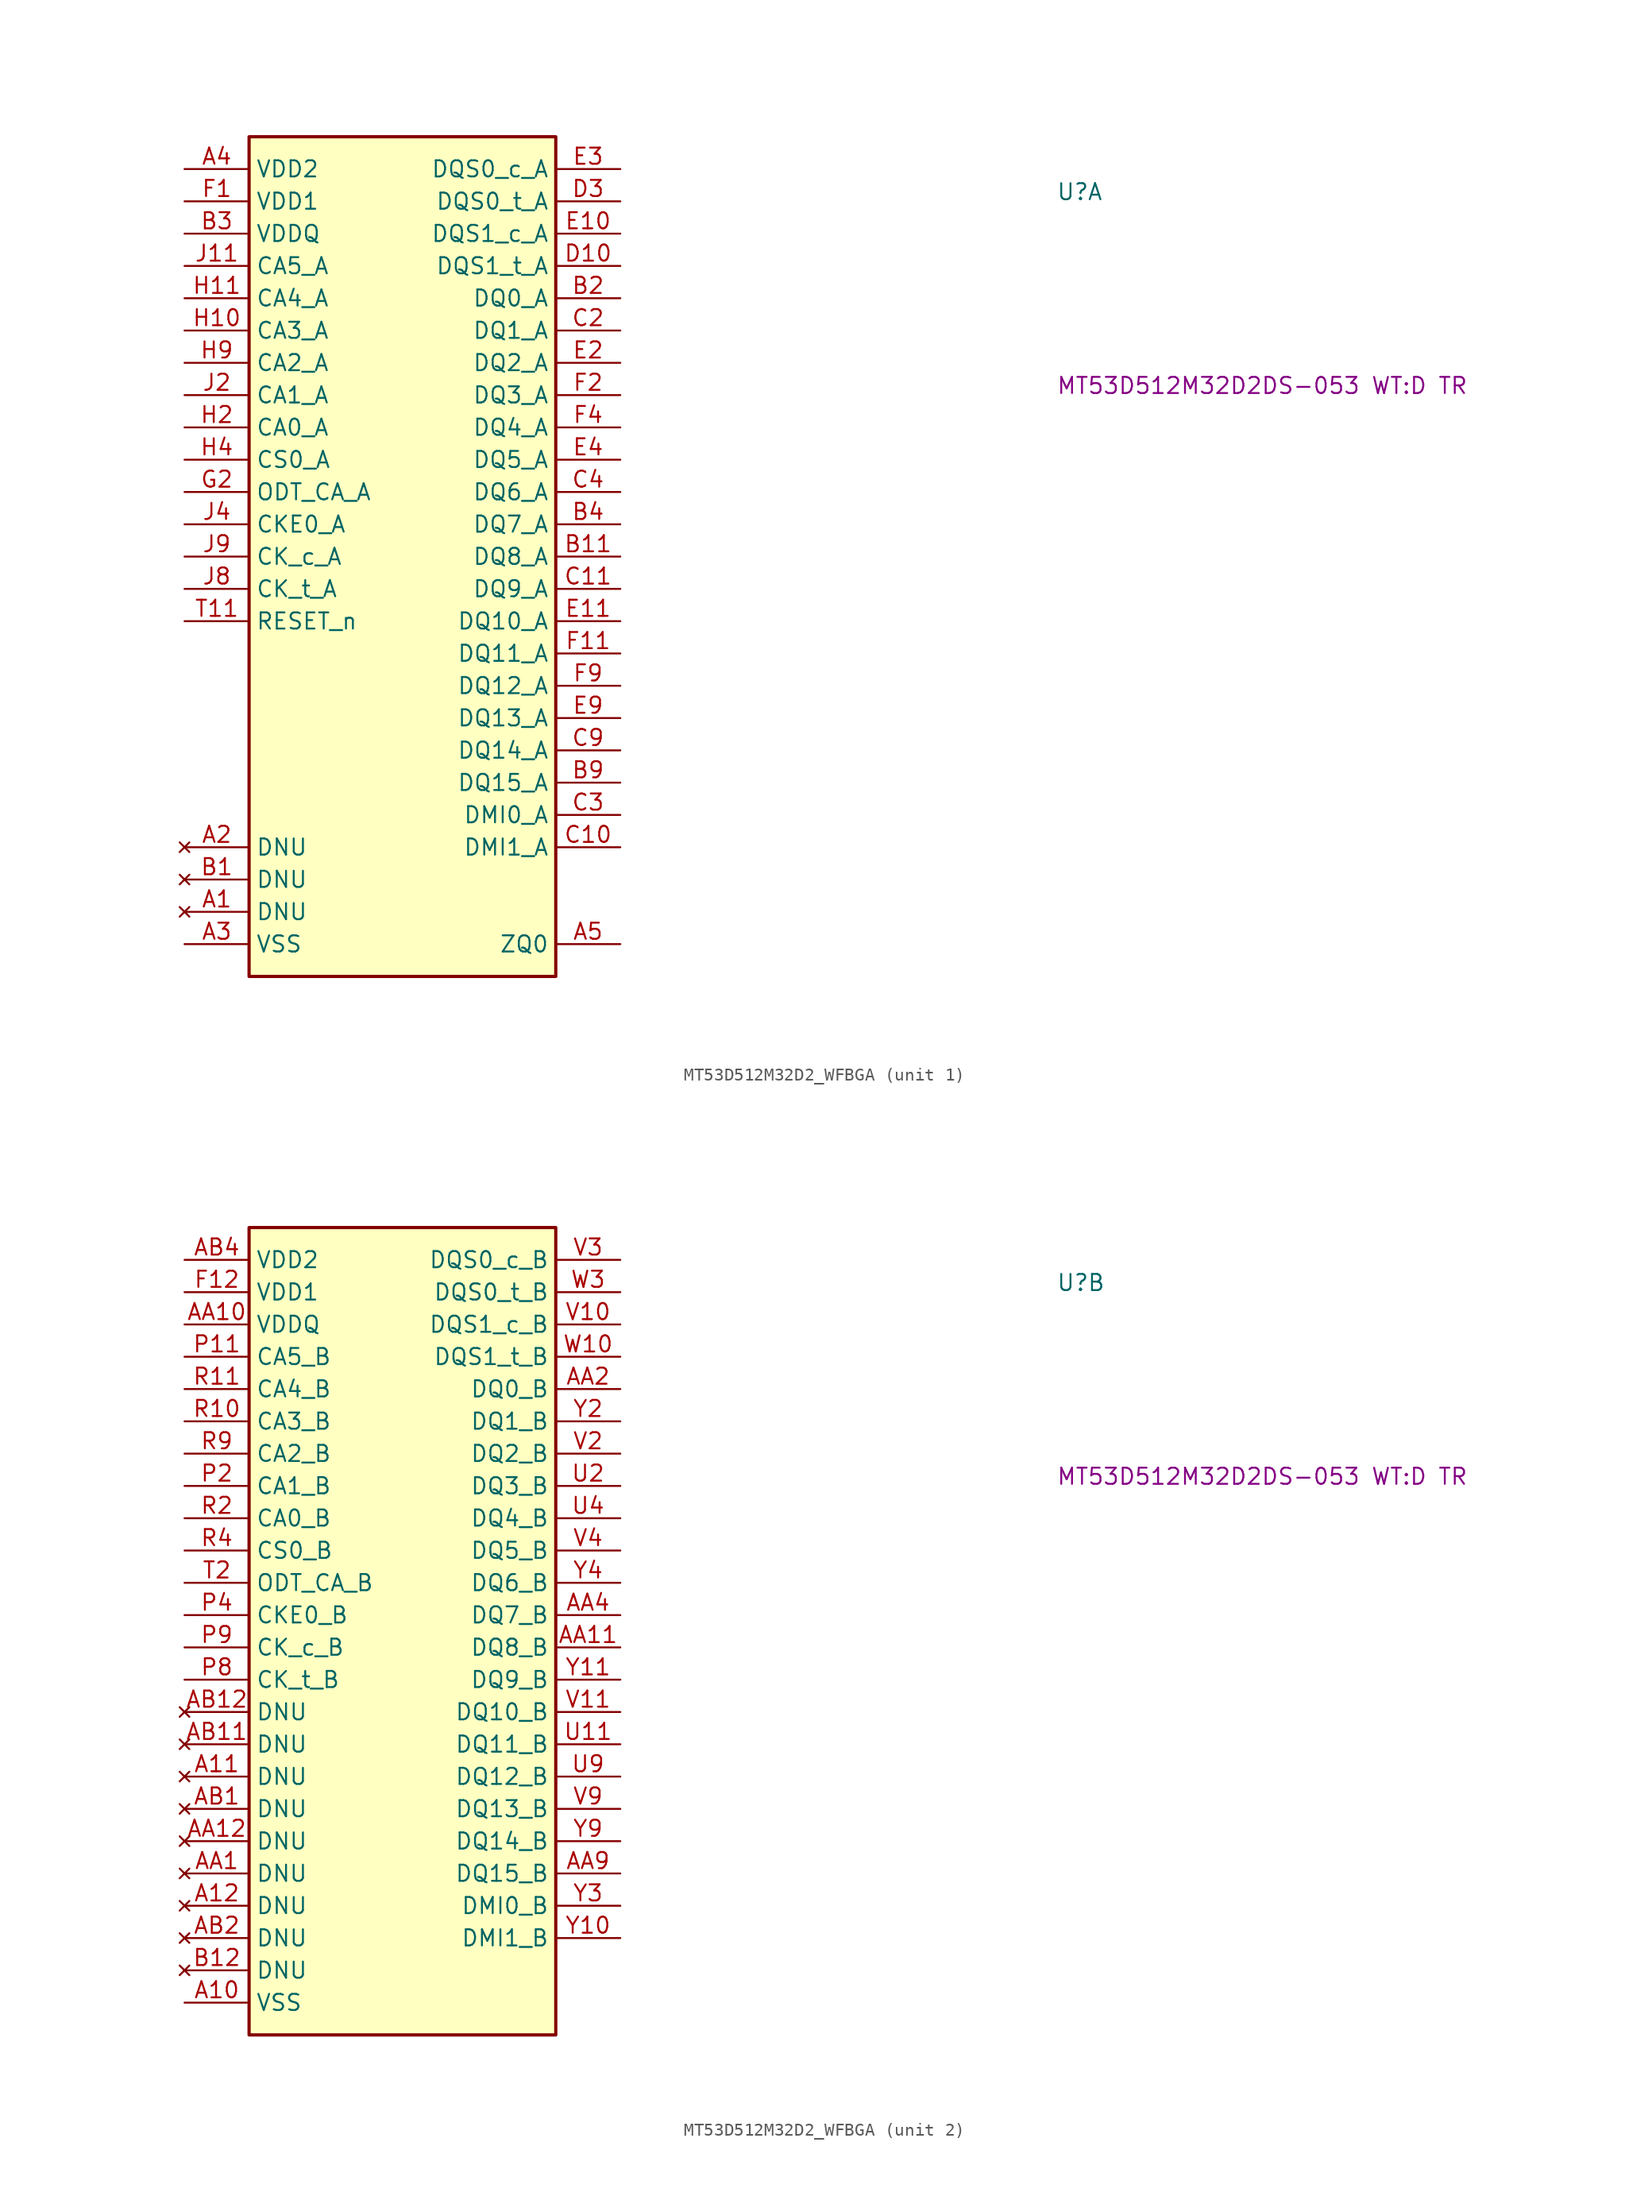
<source format=kicad_sym>
(kicad_symbol_lib
  (version 20211014)
  (generator kicad_symbol_editor)
  (symbol "MT53D512M32D2_WFBGA"
    (property "Reference" "U"
      (at 68.58 -2.54 0)
      (effects (font (size 1.27 1.27) (thickness 0.15)) (justify left bottom)))
    (property "MPN" "MT53D512M32D2DS-053 WT:D TR"
      (at 68.58 -17.78 0)
      (effects (font (size 1.27 1.27) (thickness 0.15)) (justify left bottom)))
    (property "ki_locked" ""
      (at 0 0 0)
      (effects (font (size 1.27 1.27))))
    (symbol "MT53D512M32D2_WFBGA_1_1"
      (rectangle (start 5.08 2.54) (end 29.21 -63.5) (stroke (width 0.254) (type default) (color 0 0 0 0)) (fill (type background)))
      (pin no_connect line (at 0 -58.42 0) (length 5.08) (name "DNU" (effects (font (size 1.27 1.27)))) (number "A1" (effects (font (size 1.27 1.27)))))
      (pin no_connect line (at 0 -53.34 0) (length 5.08) (name "DNU" (effects (font (size 1.27 1.27)))) (number "A2" (effects (font (size 1.27 1.27)))))
      (pin power_out line (at 0 -60.96 0) (length 5.08) (name "VSS" (effects (font (size 1.27 1.27)))) (number "A3" (effects (font (size 1.27 1.27)))))
      (pin power_in line (at 0 0 0) (length 5.08) (name "VDD2" (effects (font (size 1.27 1.27)))) (number "A4" (effects (font (size 1.27 1.27)))))
      (pin unspecified line (at 34.29 -60.96 180) (length 5.08) (name "ZQ0" (effects (font (size 1.27 1.27)))) (number "A5" (effects (font (size 1.27 1.27)))))
      (pin passive line (at 0 0 0) (length 5.08) hide (name "VDD2" (effects (font (size 1.27 1.27)))) (number "A9" (effects (font (size 1.27 1.27)))))
      (pin no_connect line (at 0 -55.88 0) (length 5.08) (name "DNU" (effects (font (size 1.27 1.27)))) (number "B1" (effects (font (size 1.27 1.27)))))
      (pin bidirectional line (at 34.29 -30.48 180) (length 5.08) (name "DQ8_A" (effects (font (size 1.27 1.27)))) (number "B11" (effects (font (size 1.27 1.27)))))
      (pin bidirectional line (at 34.29 -10.16 180) (length 5.08) (name "DQ0_A" (effects (font (size 1.27 1.27)))) (number "B2" (effects (font (size 1.27 1.27)))))
      (pin power_in line (at 0 -5.08 0) (length 5.08) (name "VDDQ" (effects (font (size 1.27 1.27)))) (number "B3" (effects (font (size 1.27 1.27)))))
      (pin bidirectional line (at 34.29 -27.94 180) (length 5.08) (name "DQ7_A" (effects (font (size 1.27 1.27)))) (number "B4" (effects (font (size 1.27 1.27)))))
      (pin passive line (at 0 -5.08 0) (length 5.08) hide (name "VDDQ" (effects (font (size 1.27 1.27)))) (number "B5" (effects (font (size 1.27 1.27)))))
      (pin passive line (at 0 -5.08 0) (length 5.08) hide (name "VDDQ" (effects (font (size 1.27 1.27)))) (number "B8" (effects (font (size 1.27 1.27)))))
      (pin bidirectional line (at 34.29 -48.26 180) (length 5.08) (name "DQ15_A" (effects (font (size 1.27 1.27)))) (number "B9" (effects (font (size 1.27 1.27)))))
      (pin passive line (at 0 -60.96 0) (length 5.08) hide (name "VSS" (effects (font (size 1.27 1.27)))) (number "C1" (effects (font (size 1.27 1.27)))))
      (pin bidirectional line (at 34.29 -53.34 180) (length 5.08) (name "DMI1_A" (effects (font (size 1.27 1.27)))) (number "C10" (effects (font (size 1.27 1.27)))))
      (pin bidirectional line (at 34.29 -33.02 180) (length 5.08) (name "DQ9_A" (effects (font (size 1.27 1.27)))) (number "C11" (effects (font (size 1.27 1.27)))))
      (pin bidirectional line (at 34.29 -12.7 180) (length 5.08) (name "DQ1_A" (effects (font (size 1.27 1.27)))) (number "C2" (effects (font (size 1.27 1.27)))))
      (pin bidirectional line (at 34.29 -50.8 180) (length 5.08) (name "DMI0_A" (effects (font (size 1.27 1.27)))) (number "C3" (effects (font (size 1.27 1.27)))))
      (pin bidirectional line (at 34.29 -25.4 180) (length 5.08) (name "DQ6_A" (effects (font (size 1.27 1.27)))) (number "C4" (effects (font (size 1.27 1.27)))))
      (pin passive line (at 0 -60.96 0) (length 5.08) hide (name "VSS" (effects (font (size 1.27 1.27)))) (number "C5" (effects (font (size 1.27 1.27)))))
      (pin passive line (at 0 -60.96 0) (length 5.08) hide (name "VSS" (effects (font (size 1.27 1.27)))) (number "C8" (effects (font (size 1.27 1.27)))))
      (pin bidirectional line (at 34.29 -45.72 180) (length 5.08) (name "DQ14_A" (effects (font (size 1.27 1.27)))) (number "C9" (effects (font (size 1.27 1.27)))))
      (pin passive line (at 0 -5.08 0) (length 5.08) hide (name "VDDQ" (effects (font (size 1.27 1.27)))) (number "D1" (effects (font (size 1.27 1.27)))))
      (pin bidirectional line (at 34.29 -7.62 180) (length 5.08) (name "DQS1_t_A" (effects (font (size 1.27 1.27)))) (number "D10" (effects (font (size 1.27 1.27)))))
      (pin passive line (at 0 -60.96 0) (length 5.08) hide (name "VSS" (effects (font (size 1.27 1.27)))) (number "D2" (effects (font (size 1.27 1.27)))))
      (pin bidirectional line (at 34.29 -2.54 180) (length 5.08) (name "DQS0_t_A" (effects (font (size 1.27 1.27)))) (number "D3" (effects (font (size 1.27 1.27)))))
      (pin passive line (at 0 -60.96 0) (length 5.08) hide (name "VSS" (effects (font (size 1.27 1.27)))) (number "D4" (effects (font (size 1.27 1.27)))))
      (pin passive line (at 0 -5.08 0) (length 5.08) hide (name "VDDQ" (effects (font (size 1.27 1.27)))) (number "D5" (effects (font (size 1.27 1.27)))))
      (pin passive line (at 0 -5.08 0) (length 5.08) hide (name "VDDQ" (effects (font (size 1.27 1.27)))) (number "D8" (effects (font (size 1.27 1.27)))))
      (pin passive line (at 0 -60.96 0) (length 5.08) hide (name "VSS" (effects (font (size 1.27 1.27)))) (number "D9" (effects (font (size 1.27 1.27)))))
      (pin passive line (at 0 -60.96 0) (length 5.08) hide (name "VSS" (effects (font (size 1.27 1.27)))) (number "E1" (effects (font (size 1.27 1.27)))))
      (pin bidirectional line (at 34.29 -5.08 180) (length 5.08) (name "DQS1_c_A" (effects (font (size 1.27 1.27)))) (number "E10" (effects (font (size 1.27 1.27)))))
      (pin bidirectional line (at 34.29 -35.56 180) (length 5.08) (name "DQ10_A" (effects (font (size 1.27 1.27)))) (number "E11" (effects (font (size 1.27 1.27)))))
      (pin bidirectional line (at 34.29 -15.24 180) (length 5.08) (name "DQ2_A" (effects (font (size 1.27 1.27)))) (number "E2" (effects (font (size 1.27 1.27)))))
      (pin bidirectional line (at 34.29 0 180) (length 5.08) (name "DQS0_c_A" (effects (font (size 1.27 1.27)))) (number "E3" (effects (font (size 1.27 1.27)))))
      (pin bidirectional line (at 34.29 -22.86 180) (length 5.08) (name "DQ5_A" (effects (font (size 1.27 1.27)))) (number "E4" (effects (font (size 1.27 1.27)))))
      (pin passive line (at 0 -60.96 0) (length 5.08) hide (name "VSS" (effects (font (size 1.27 1.27)))) (number "E5" (effects (font (size 1.27 1.27)))))
      (pin passive line (at 0 -60.96 0) (length 5.08) hide (name "VSS" (effects (font (size 1.27 1.27)))) (number "E8" (effects (font (size 1.27 1.27)))))
      (pin bidirectional line (at 34.29 -43.18 180) (length 5.08) (name "DQ13_A" (effects (font (size 1.27 1.27)))) (number "E9" (effects (font (size 1.27 1.27)))))
      (pin power_in line (at 0 -2.54 0) (length 5.08) (name "VDD1" (effects (font (size 1.27 1.27)))) (number "F1" (effects (font (size 1.27 1.27)))))
      (pin bidirectional line (at 34.29 -38.1 180) (length 5.08) (name "DQ11_A" (effects (font (size 1.27 1.27)))) (number "F11" (effects (font (size 1.27 1.27)))))
      (pin bidirectional line (at 34.29 -17.78 180) (length 5.08) (name "DQ3_A" (effects (font (size 1.27 1.27)))) (number "F2" (effects (font (size 1.27 1.27)))))
      (pin passive line (at 0 -5.08 0) (length 5.08) hide (name "VDDQ" (effects (font (size 1.27 1.27)))) (number "F3" (effects (font (size 1.27 1.27)))))
      (pin bidirectional line (at 34.29 -20.32 180) (length 5.08) (name "DQ4_A" (effects (font (size 1.27 1.27)))) (number "F4" (effects (font (size 1.27 1.27)))))
      (pin passive line (at 0 0 0) (length 5.08) hide (name "VDD2" (effects (font (size 1.27 1.27)))) (number "F5" (effects (font (size 1.27 1.27)))))
      (pin passive line (at 0 0 0) (length 5.08) hide (name "VDD2" (effects (font (size 1.27 1.27)))) (number "F8" (effects (font (size 1.27 1.27)))))
      (pin bidirectional line (at 34.29 -40.64 180) (length 5.08) (name "DQ12_A" (effects (font (size 1.27 1.27)))) (number "F9" (effects (font (size 1.27 1.27)))))
      (pin passive line (at 0 -60.96 0) (length 5.08) hide (name "VSS" (effects (font (size 1.27 1.27)))) (number "G1" (effects (font (size 1.27 1.27)))))
      (pin input line (at 0 -25.4 0) (length 5.08) (name "ODT_CA_A" (effects (font (size 1.27 1.27)))) (number "G2" (effects (font (size 1.27 1.27)))))
      (pin passive line (at 0 -60.96 0) (length 5.08) hide (name "VSS" (effects (font (size 1.27 1.27)))) (number "G3" (effects (font (size 1.27 1.27)))))
      (pin passive line (at 0 -2.54 0) (length 5.08) hide (name "VDD1" (effects (font (size 1.27 1.27)))) (number "G4" (effects (font (size 1.27 1.27)))))
      (pin passive line (at 0 -60.96 0) (length 5.08) hide (name "VSS" (effects (font (size 1.27 1.27)))) (number "G5" (effects (font (size 1.27 1.27)))))
      (pin passive line (at 0 -60.96 0) (length 5.08) hide (name "VSS" (effects (font (size 1.27 1.27)))) (number "G8" (effects (font (size 1.27 1.27)))))
      (pin passive line (at 0 -2.54 0) (length 5.08) hide (name "VDD1" (effects (font (size 1.27 1.27)))) (number "G9" (effects (font (size 1.27 1.27)))))
      (pin passive line (at 0 0 0) (length 5.08) hide (name "VDD2" (effects (font (size 1.27 1.27)))) (number "H1" (effects (font (size 1.27 1.27)))))
      (pin input line (at 0 -12.7 0) (length 5.08) (name "CA3_A" (effects (font (size 1.27 1.27)))) (number "H10" (effects (font (size 1.27 1.27)))))
      (pin input line (at 0 -10.16 0) (length 5.08) (name "CA4_A" (effects (font (size 1.27 1.27)))) (number "H11" (effects (font (size 1.27 1.27)))))
      (pin input line (at 0 -20.32 0) (length 5.08) (name "CA0_A" (effects (font (size 1.27 1.27)))) (number "H2" (effects (font (size 1.27 1.27)))))
      (pin no_connect line (at 5.08 -45.72 0) (length 5.08) hide (name "NC" (effects (font (size 1.27 1.27)))) (number "H3" (effects (font (size 1.27 1.27)))))
      (pin input line (at 0 -22.86 0) (length 5.08) (name "CS0_A" (effects (font (size 1.27 1.27)))) (number "H4" (effects (font (size 1.27 1.27)))))
      (pin passive line (at 0 0 0) (length 5.08) hide (name "VDD2" (effects (font (size 1.27 1.27)))) (number "H5" (effects (font (size 1.27 1.27)))))
      (pin passive line (at 0 0 0) (length 5.08) hide (name "VDD2" (effects (font (size 1.27 1.27)))) (number "H8" (effects (font (size 1.27 1.27)))))
      (pin input line (at 0 -15.24 0) (length 5.08) (name "CA2_A" (effects (font (size 1.27 1.27)))) (number "H9" (effects (font (size 1.27 1.27)))))
      (pin passive line (at 0 -60.96 0) (length 5.08) hide (name "VSS" (effects (font (size 1.27 1.27)))) (number "J1" (effects (font (size 1.27 1.27)))))
      (pin input line (at 0 -7.62 0) (length 5.08) (name "CA5_A" (effects (font (size 1.27 1.27)))) (number "J11" (effects (font (size 1.27 1.27)))))
      (pin input line (at 0 -17.78 0) (length 5.08) (name "CA1_A" (effects (font (size 1.27 1.27)))) (number "J2" (effects (font (size 1.27 1.27)))))
      (pin passive line (at 0 -60.96 0) (length 5.08) hide (name "VSS" (effects (font (size 1.27 1.27)))) (number "J3" (effects (font (size 1.27 1.27)))))
      (pin input line (at 0 -27.94 0) (length 5.08) (name "CKE0_A" (effects (font (size 1.27 1.27)))) (number "J4" (effects (font (size 1.27 1.27)))))
      (pin no_connect line (at 5.08 -43.18 0) (length 5.08) hide (name "NC" (effects (font (size 1.27 1.27)))) (number "J5" (effects (font (size 1.27 1.27)))))
      (pin input line (at 0 -33.02 0) (length 5.08) (name "CK_t_A" (effects (font (size 1.27 1.27)))) (number "J8" (effects (font (size 1.27 1.27)))))
      (pin input line (at 0 -30.48 0) (length 5.08) (name "CK_c_A" (effects (font (size 1.27 1.27)))) (number "J9" (effects (font (size 1.27 1.27)))))
      (pin passive line (at 0 0 0) (length 5.08) hide (name "VDD2" (effects (font (size 1.27 1.27)))) (number "K1" (effects (font (size 1.27 1.27)))))
      (pin passive line (at 0 -60.96 0) (length 5.08) hide (name "VSS" (effects (font (size 1.27 1.27)))) (number "K2" (effects (font (size 1.27 1.27)))))
      (pin passive line (at 0 0 0) (length 5.08) hide (name "VDD2" (effects (font (size 1.27 1.27)))) (number "K3" (effects (font (size 1.27 1.27)))))
      (pin passive line (at 0 -60.96 0) (length 5.08) hide (name "VSS" (effects (font (size 1.27 1.27)))) (number "K4" (effects (font (size 1.27 1.27)))))
      (pin no_connect line (at 5.08 -40.64 0) (length 5.08) hide (name "NC" (effects (font (size 1.27 1.27)))) (number "K5" (effects (font (size 1.27 1.27)))))
      (pin no_connect line (at 5.08 -38.1 0) (length 5.08) hide (name "NC" (effects (font (size 1.27 1.27)))) (number "K8" (effects (font (size 1.27 1.27)))))
      (pin passive line (at 0 -60.96 0) (length 5.08) hide (name "VSS" (effects (font (size 1.27 1.27)))) (number "K9" (effects (font (size 1.27 1.27)))))
      (pin passive line (at 0 0 0) (length 5.08) hide (name "VDD2" (effects (font (size 1.27 1.27)))) (number "N1" (effects (font (size 1.27 1.27)))))
      (pin passive line (at 0 -60.96 0) (length 5.08) hide (name "VSS" (effects (font (size 1.27 1.27)))) (number "N2" (effects (font (size 1.27 1.27)))))
      (pin passive line (at 0 0 0) (length 5.08) hide (name "VDD2" (effects (font (size 1.27 1.27)))) (number "N3" (effects (font (size 1.27 1.27)))))
      (pin passive line (at 0 -60.96 0) (length 5.08) hide (name "VSS" (effects (font (size 1.27 1.27)))) (number "N4" (effects (font (size 1.27 1.27)))))
      (pin no_connect line (at 29.21 -58.42 180) (length 5.08) hide (name "NC" (effects (font (size 1.27 1.27)))) (number "N5" (effects (font (size 1.27 1.27)))))
      (pin no_connect line (at 29.21 -55.88 180) (length 5.08) hide (name "NC" (effects (font (size 1.27 1.27)))) (number "N8" (effects (font (size 1.27 1.27)))))
      (pin passive line (at 0 -60.96 0) (length 5.08) hide (name "VSS" (effects (font (size 1.27 1.27)))) (number "N9" (effects (font (size 1.27 1.27)))))
      (pin passive line (at 0 -60.96 0) (length 5.08) hide (name "VSS" (effects (font (size 1.27 1.27)))) (number "P1" (effects (font (size 1.27 1.27)))))
      (pin passive line (at 0 -60.96 0) (length 5.08) hide (name "VSS" (effects (font (size 1.27 1.27)))) (number "P3" (effects (font (size 1.27 1.27)))))
      (pin no_connect line (at 5.08 -50.8 0) (length 5.08) hide (name "NC" (effects (font (size 1.27 1.27)))) (number "P5" (effects (font (size 1.27 1.27)))))
      (pin passive line (at 0 0 0) (length 5.08) hide (name "VDD2" (effects (font (size 1.27 1.27)))) (number "R1" (effects (font (size 1.27 1.27)))))
      (pin no_connect line (at 5.08 -48.26 0) (length 5.08) hide (name "NC" (effects (font (size 1.27 1.27)))) (number "R3" (effects (font (size 1.27 1.27)))))
      (pin passive line (at 0 0 0) (length 5.08) hide (name "VDD2" (effects (font (size 1.27 1.27)))) (number "R5" (effects (font (size 1.27 1.27)))))
      (pin passive line (at 0 0 0) (length 5.08) hide (name "VDD2" (effects (font (size 1.27 1.27)))) (number "R8" (effects (font (size 1.27 1.27)))))
      (pin passive line (at 0 -60.96 0) (length 5.08) hide (name "VSS" (effects (font (size 1.27 1.27)))) (number "T1" (effects (font (size 1.27 1.27)))))
      (pin input line (at 0 -35.56 0) (length 5.08) (name "RESET_n" (effects (font (size 1.27 1.27)))) (number "T11" (effects (font (size 1.27 1.27)))))
      (pin passive line (at 0 -60.96 0) (length 5.08) hide (name "VSS" (effects (font (size 1.27 1.27)))) (number "T3" (effects (font (size 1.27 1.27)))))
      (pin passive line (at 0 -2.54 0) (length 5.08) hide (name "VDD1" (effects (font (size 1.27 1.27)))) (number "T4" (effects (font (size 1.27 1.27)))))
      (pin passive line (at 0 -60.96 0) (length 5.08) hide (name "VSS" (effects (font (size 1.27 1.27)))) (number "T5" (effects (font (size 1.27 1.27)))))
      (pin passive line (at 0 -60.96 0) (length 5.08) hide (name "VSS" (effects (font (size 1.27 1.27)))) (number "T8" (effects (font (size 1.27 1.27)))))
      (pin passive line (at 0 -2.54 0) (length 5.08) hide (name "VDD1" (effects (font (size 1.27 1.27)))) (number "T9" (effects (font (size 1.27 1.27)))))
      (pin passive line (at 0 -2.54 0) (length 5.08) hide (name "VDD1" (effects (font (size 1.27 1.27)))) (number "U1" (effects (font (size 1.27 1.27))))))
    (symbol "MT53D512M32D2_WFBGA_2_1"
      (rectangle (start 5.08 2.54) (end 29.21 -60.96) (stroke (width 0.254) (type default) (color 0 0 0 0)) (fill (type background)))
      (pin power_out line (at 0 -58.42 0) (length 5.08) (name "VSS" (effects (font (size 1.27 1.27)))) (number "A10" (effects (font (size 1.27 1.27)))))
      (pin no_connect line (at 0 -40.64 0) (length 5.08) (name "DNU" (effects (font (size 1.27 1.27)))) (number "A11" (effects (font (size 1.27 1.27)))))
      (pin no_connect line (at 0 -50.8 0) (length 5.08) (name "DNU" (effects (font (size 1.27 1.27)))) (number "A12" (effects (font (size 1.27 1.27)))))
      (pin no_connect line (at 29.21 -58.42 180) (length 5.08) hide (name "NC" (effects (font (size 1.27 1.27)))) (number "A8" (effects (font (size 1.27 1.27)))))
      (pin no_connect line (at 0 -48.26 0) (length 5.08) (name "DNU" (effects (font (size 1.27 1.27)))) (number "AA1" (effects (font (size 1.27 1.27)))))
      (pin power_in line (at 0 -5.08 0) (length 5.08) (name "VDDQ" (effects (font (size 1.27 1.27)))) (number "AA10" (effects (font (size 1.27 1.27)))))
      (pin bidirectional line (at 34.29 -30.48 180) (length 5.08) (name "DQ8_B" (effects (font (size 1.27 1.27)))) (number "AA11" (effects (font (size 1.27 1.27)))))
      (pin no_connect line (at 0 -45.72 0) (length 5.08) (name "DNU" (effects (font (size 1.27 1.27)))) (number "AA12" (effects (font (size 1.27 1.27)))))
      (pin bidirectional line (at 34.29 -10.16 180) (length 5.08) (name "DQ0_B" (effects (font (size 1.27 1.27)))) (number "AA2" (effects (font (size 1.27 1.27)))))
      (pin passive line (at 0 -5.08 0) (length 5.08) hide (name "VDDQ" (effects (font (size 1.27 1.27)))) (number "AA3" (effects (font (size 1.27 1.27)))))
      (pin bidirectional line (at 34.29 -27.94 180) (length 5.08) (name "DQ7_B" (effects (font (size 1.27 1.27)))) (number "AA4" (effects (font (size 1.27 1.27)))))
      (pin passive line (at 0 -5.08 0) (length 5.08) hide (name "VDDQ" (effects (font (size 1.27 1.27)))) (number "AA5" (effects (font (size 1.27 1.27)))))
      (pin passive line (at 0 -5.08 0) (length 5.08) hide (name "VDDQ" (effects (font (size 1.27 1.27)))) (number "AA8" (effects (font (size 1.27 1.27)))))
      (pin bidirectional line (at 34.29 -48.26 180) (length 5.08) (name "DQ15_B" (effects (font (size 1.27 1.27)))) (number "AA9" (effects (font (size 1.27 1.27)))))
      (pin no_connect line (at 0 -43.18 0) (length 5.08) (name "DNU" (effects (font (size 1.27 1.27)))) (number "AB1" (effects (font (size 1.27 1.27)))))
      (pin passive line (at 0 -58.42 0) (length 5.08) hide (name "VSS" (effects (font (size 1.27 1.27)))) (number "AB10" (effects (font (size 1.27 1.27)))))
      (pin no_connect line (at 0 -38.1 0) (length 5.08) (name "DNU" (effects (font (size 1.27 1.27)))) (number "AB11" (effects (font (size 1.27 1.27)))))
      (pin no_connect line (at 0 -35.56 0) (length 5.08) (name "DNU" (effects (font (size 1.27 1.27)))) (number "AB12" (effects (font (size 1.27 1.27)))))
      (pin no_connect line (at 0 -53.34 0) (length 5.08) (name "DNU" (effects (font (size 1.27 1.27)))) (number "AB2" (effects (font (size 1.27 1.27)))))
      (pin passive line (at 0 -58.42 0) (length 5.08) hide (name "VSS" (effects (font (size 1.27 1.27)))) (number "AB3" (effects (font (size 1.27 1.27)))))
      (pin power_in line (at 0 0 0) (length 5.08) (name "VDD2" (effects (font (size 1.27 1.27)))) (number "AB4" (effects (font (size 1.27 1.27)))))
      (pin passive line (at 0 -58.42 0) (length 5.08) hide (name "VSS" (effects (font (size 1.27 1.27)))) (number "AB5" (effects (font (size 1.27 1.27)))))
      (pin passive line (at 0 -58.42 0) (length 5.08) hide (name "VSS" (effects (font (size 1.27 1.27)))) (number "AB8" (effects (font (size 1.27 1.27)))))
      (pin passive line (at 0 0 0) (length 5.08) hide (name "VDD2" (effects (font (size 1.27 1.27)))) (number "AB9" (effects (font (size 1.27 1.27)))))
      (pin passive line (at 0 -5.08 0) (length 5.08) hide (name "VDDQ" (effects (font (size 1.27 1.27)))) (number "B10" (effects (font (size 1.27 1.27)))))
      (pin no_connect line (at 0 -55.88 0) (length 5.08) (name "DNU" (effects (font (size 1.27 1.27)))) (number "B12" (effects (font (size 1.27 1.27)))))
      (pin passive line (at 0 -58.42 0) (length 5.08) hide (name "VSS" (effects (font (size 1.27 1.27)))) (number "C12" (effects (font (size 1.27 1.27)))))
      (pin passive line (at 0 -58.42 0) (length 5.08) hide (name "VSS" (effects (font (size 1.27 1.27)))) (number "D11" (effects (font (size 1.27 1.27)))))
      (pin passive line (at 0 -5.08 0) (length 5.08) hide (name "VDDQ" (effects (font (size 1.27 1.27)))) (number "D12" (effects (font (size 1.27 1.27)))))
      (pin passive line (at 0 -58.42 0) (length 5.08) hide (name "VSS" (effects (font (size 1.27 1.27)))) (number "E12" (effects (font (size 1.27 1.27)))))
      (pin passive line (at 0 -5.08 0) (length 5.08) hide (name "VDDQ" (effects (font (size 1.27 1.27)))) (number "F10" (effects (font (size 1.27 1.27)))))
      (pin power_in line (at 0 -2.54 0) (length 5.08) (name "VDD1" (effects (font (size 1.27 1.27)))) (number "F12" (effects (font (size 1.27 1.27)))))
      (pin passive line (at 0 -58.42 0) (length 5.08) hide (name "VSS" (effects (font (size 1.27 1.27)))) (number "G10" (effects (font (size 1.27 1.27)))))
      (pin no_connect line (at 29.21 -55.88 180) (length 5.08) hide (name "NC" (effects (font (size 1.27 1.27)))) (number "G11" (effects (font (size 1.27 1.27)))))
      (pin passive line (at 0 -58.42 0) (length 5.08) hide (name "VSS" (effects (font (size 1.27 1.27)))) (number "G12" (effects (font (size 1.27 1.27)))))
      (pin passive line (at 0 0 0) (length 5.08) hide (name "VDD2" (effects (font (size 1.27 1.27)))) (number "H12" (effects (font (size 1.27 1.27)))))
      (pin passive line (at 0 -58.42 0) (length 5.08) hide (name "VSS" (effects (font (size 1.27 1.27)))) (number "J10" (effects (font (size 1.27 1.27)))))
      (pin passive line (at 0 -58.42 0) (length 5.08) hide (name "VSS" (effects (font (size 1.27 1.27)))) (number "J12" (effects (font (size 1.27 1.27)))))
      (pin passive line (at 0 0 0) (length 5.08) hide (name "VDD2" (effects (font (size 1.27 1.27)))) (number "K10" (effects (font (size 1.27 1.27)))))
      (pin passive line (at 0 -58.42 0) (length 5.08) hide (name "VSS" (effects (font (size 1.27 1.27)))) (number "K11" (effects (font (size 1.27 1.27)))))
      (pin passive line (at 0 0 0) (length 5.08) hide (name "VDD2" (effects (font (size 1.27 1.27)))) (number "K12" (effects (font (size 1.27 1.27)))))
      (pin passive line (at 0 0 0) (length 5.08) hide (name "VDD2" (effects (font (size 1.27 1.27)))) (number "N10" (effects (font (size 1.27 1.27)))))
      (pin passive line (at 0 -58.42 0) (length 5.08) hide (name "VSS" (effects (font (size 1.27 1.27)))) (number "N11" (effects (font (size 1.27 1.27)))))
      (pin passive line (at 0 0 0) (length 5.08) hide (name "VDD2" (effects (font (size 1.27 1.27)))) (number "N12" (effects (font (size 1.27 1.27)))))
      (pin passive line (at 0 -58.42 0) (length 5.08) hide (name "VSS" (effects (font (size 1.27 1.27)))) (number "P10" (effects (font (size 1.27 1.27)))))
      (pin input line (at 0 -7.62 0) (length 5.08) (name "CA5_B" (effects (font (size 1.27 1.27)))) (number "P11" (effects (font (size 1.27 1.27)))))
      (pin passive line (at 0 -58.42 0) (length 5.08) hide (name "VSS" (effects (font (size 1.27 1.27)))) (number "P12" (effects (font (size 1.27 1.27)))))
      (pin input line (at 0 -17.78 0) (length 5.08) (name "CA1_B" (effects (font (size 1.27 1.27)))) (number "P2" (effects (font (size 1.27 1.27)))))
      (pin input line (at 0 -27.94 0) (length 5.08) (name "CKE0_B" (effects (font (size 1.27 1.27)))) (number "P4" (effects (font (size 1.27 1.27)))))
      (pin input line (at 0 -33.02 0) (length 5.08) (name "CK_t_B" (effects (font (size 1.27 1.27)))) (number "P8" (effects (font (size 1.27 1.27)))))
      (pin input line (at 0 -30.48 0) (length 5.08) (name "CK_c_B" (effects (font (size 1.27 1.27)))) (number "P9" (effects (font (size 1.27 1.27)))))
      (pin input line (at 0 -12.7 0) (length 5.08) (name "CA3_B" (effects (font (size 1.27 1.27)))) (number "R10" (effects (font (size 1.27 1.27)))))
      (pin input line (at 0 -10.16 0) (length 5.08) (name "CA4_B" (effects (font (size 1.27 1.27)))) (number "R11" (effects (font (size 1.27 1.27)))))
      (pin passive line (at 0 0 0) (length 5.08) hide (name "VDD2" (effects (font (size 1.27 1.27)))) (number "R12" (effects (font (size 1.27 1.27)))))
      (pin input line (at 0 -20.32 0) (length 5.08) (name "CA0_B" (effects (font (size 1.27 1.27)))) (number "R2" (effects (font (size 1.27 1.27)))))
      (pin input line (at 0 -22.86 0) (length 5.08) (name "CS0_B" (effects (font (size 1.27 1.27)))) (number "R4" (effects (font (size 1.27 1.27)))))
      (pin input line (at 0 -15.24 0) (length 5.08) (name "CA2_B" (effects (font (size 1.27 1.27)))) (number "R9" (effects (font (size 1.27 1.27)))))
      (pin passive line (at 0 -58.42 0) (length 5.08) hide (name "VSS" (effects (font (size 1.27 1.27)))) (number "T10" (effects (font (size 1.27 1.27)))))
      (pin passive line (at 0 -58.42 0) (length 5.08) hide (name "VSS" (effects (font (size 1.27 1.27)))) (number "T12" (effects (font (size 1.27 1.27)))))
      (pin input line (at 0 -25.4 0) (length 5.08) (name "ODT_CA_B" (effects (font (size 1.27 1.27)))) (number "T2" (effects (font (size 1.27 1.27)))))
      (pin passive line (at 0 -5.08 0) (length 5.08) hide (name "VDDQ" (effects (font (size 1.27 1.27)))) (number "U10" (effects (font (size 1.27 1.27)))))
      (pin bidirectional line (at 34.29 -38.1 180) (length 5.08) (name "DQ11_B" (effects (font (size 1.27 1.27)))) (number "U11" (effects (font (size 1.27 1.27)))))
      (pin passive line (at 0 -2.54 0) (length 5.08) hide (name "VDD1" (effects (font (size 1.27 1.27)))) (number "U12" (effects (font (size 1.27 1.27)))))
      (pin bidirectional line (at 34.29 -17.78 180) (length 5.08) (name "DQ3_B" (effects (font (size 1.27 1.27)))) (number "U2" (effects (font (size 1.27 1.27)))))
      (pin passive line (at 0 -5.08 0) (length 5.08) hide (name "VDDQ" (effects (font (size 1.27 1.27)))) (number "U3" (effects (font (size 1.27 1.27)))))
      (pin bidirectional line (at 34.29 -20.32 180) (length 5.08) (name "DQ4_B" (effects (font (size 1.27 1.27)))) (number "U4" (effects (font (size 1.27 1.27)))))
      (pin passive line (at 0 0 0) (length 5.08) hide (name "VDD2" (effects (font (size 1.27 1.27)))) (number "U5" (effects (font (size 1.27 1.27)))))
      (pin passive line (at 0 0 0) (length 5.08) hide (name "VDD2" (effects (font (size 1.27 1.27)))) (number "U8" (effects (font (size 1.27 1.27)))))
      (pin bidirectional line (at 34.29 -40.64 180) (length 5.08) (name "DQ12_B" (effects (font (size 1.27 1.27)))) (number "U9" (effects (font (size 1.27 1.27)))))
      (pin passive line (at 0 -58.42 0) (length 5.08) hide (name "VSS" (effects (font (size 1.27 1.27)))) (number "V1" (effects (font (size 1.27 1.27)))))
      (pin bidirectional line (at 34.29 -5.08 180) (length 5.08) (name "DQS1_c_B" (effects (font (size 1.27 1.27)))) (number "V10" (effects (font (size 1.27 1.27)))))
      (pin bidirectional line (at 34.29 -35.56 180) (length 5.08) (name "DQ10_B" (effects (font (size 1.27 1.27)))) (number "V11" (effects (font (size 1.27 1.27)))))
      (pin passive line (at 0 -58.42 0) (length 5.08) hide (name "VSS" (effects (font (size 1.27 1.27)))) (number "V12" (effects (font (size 1.27 1.27)))))
      (pin bidirectional line (at 34.29 -15.24 180) (length 5.08) (name "DQ2_B" (effects (font (size 1.27 1.27)))) (number "V2" (effects (font (size 1.27 1.27)))))
      (pin bidirectional line (at 34.29 0 180) (length 5.08) (name "DQS0_c_B" (effects (font (size 1.27 1.27)))) (number "V3" (effects (font (size 1.27 1.27)))))
      (pin bidirectional line (at 34.29 -22.86 180) (length 5.08) (name "DQ5_B" (effects (font (size 1.27 1.27)))) (number "V4" (effects (font (size 1.27 1.27)))))
      (pin passive line (at 0 -58.42 0) (length 5.08) hide (name "VSS" (effects (font (size 1.27 1.27)))) (number "V5" (effects (font (size 1.27 1.27)))))
      (pin passive line (at 0 -58.42 0) (length 5.08) hide (name "VSS" (effects (font (size 1.27 1.27)))) (number "V8" (effects (font (size 1.27 1.27)))))
      (pin bidirectional line (at 34.29 -43.18 180) (length 5.08) (name "DQ13_B" (effects (font (size 1.27 1.27)))) (number "V9" (effects (font (size 1.27 1.27)))))
      (pin passive line (at 0 -5.08 0) (length 5.08) hide (name "VDDQ" (effects (font (size 1.27 1.27)))) (number "W1" (effects (font (size 1.27 1.27)))))
      (pin bidirectional line (at 34.29 -7.62 180) (length 5.08) (name "DQS1_t_B" (effects (font (size 1.27 1.27)))) (number "W10" (effects (font (size 1.27 1.27)))))
      (pin passive line (at 0 -58.42 0) (length 5.08) hide (name "VSS" (effects (font (size 1.27 1.27)))) (number "W11" (effects (font (size 1.27 1.27)))))
      (pin passive line (at 0 -5.08 0) (length 5.08) hide (name "VDDQ" (effects (font (size 1.27 1.27)))) (number "W12" (effects (font (size 1.27 1.27)))))
      (pin passive line (at 0 -58.42 0) (length 5.08) hide (name "VSS" (effects (font (size 1.27 1.27)))) (number "W2" (effects (font (size 1.27 1.27)))))
      (pin bidirectional line (at 34.29 -2.54 180) (length 5.08) (name "DQS0_t_B" (effects (font (size 1.27 1.27)))) (number "W3" (effects (font (size 1.27 1.27)))))
      (pin passive line (at 0 -58.42 0) (length 5.08) hide (name "VSS" (effects (font (size 1.27 1.27)))) (number "W4" (effects (font (size 1.27 1.27)))))
      (pin passive line (at 0 -5.08 0) (length 5.08) hide (name "VDDQ" (effects (font (size 1.27 1.27)))) (number "W5" (effects (font (size 1.27 1.27)))))
      (pin passive line (at 0 -5.08 0) (length 5.08) hide (name "VDDQ" (effects (font (size 1.27 1.27)))) (number "W8" (effects (font (size 1.27 1.27)))))
      (pin passive line (at 0 -58.42 0) (length 5.08) hide (name "VSS" (effects (font (size 1.27 1.27)))) (number "W9" (effects (font (size 1.27 1.27)))))
      (pin passive line (at 0 -58.42 0) (length 5.08) hide (name "VSS" (effects (font (size 1.27 1.27)))) (number "Y1" (effects (font (size 1.27 1.27)))))
      (pin bidirectional line (at 34.29 -53.34 180) (length 5.08) (name "DMI1_B" (effects (font (size 1.27 1.27)))) (number "Y10" (effects (font (size 1.27 1.27)))))
      (pin bidirectional line (at 34.29 -33.02 180) (length 5.08) (name "DQ9_B" (effects (font (size 1.27 1.27)))) (number "Y11" (effects (font (size 1.27 1.27)))))
      (pin passive line (at 0 -58.42 0) (length 5.08) hide (name "VSS" (effects (font (size 1.27 1.27)))) (number "Y12" (effects (font (size 1.27 1.27)))))
      (pin bidirectional line (at 34.29 -12.7 180) (length 5.08) (name "DQ1_B" (effects (font (size 1.27 1.27)))) (number "Y2" (effects (font (size 1.27 1.27)))))
      (pin bidirectional line (at 34.29 -50.8 180) (length 5.08) (name "DMI0_B" (effects (font (size 1.27 1.27)))) (number "Y3" (effects (font (size 1.27 1.27)))))
      (pin bidirectional line (at 34.29 -25.4 180) (length 5.08) (name "DQ6_B" (effects (font (size 1.27 1.27)))) (number "Y4" (effects (font (size 1.27 1.27)))))
      (pin passive line (at 0 -58.42 0) (length 5.08) hide (name "VSS" (effects (font (size 1.27 1.27)))) (number "Y5" (effects (font (size 1.27 1.27)))))
      (pin passive line (at 0 -58.42 0) (length 5.08) hide (name "VSS" (effects (font (size 1.27 1.27)))) (number "Y8" (effects (font (size 1.27 1.27)))))
      (pin bidirectional line (at 34.29 -45.72 180) (length 5.08) (name "DQ14_B" (effects (font (size 1.27 1.27)))) (number "Y9" (effects (font (size 1.27 1.27))))))))
</source>
